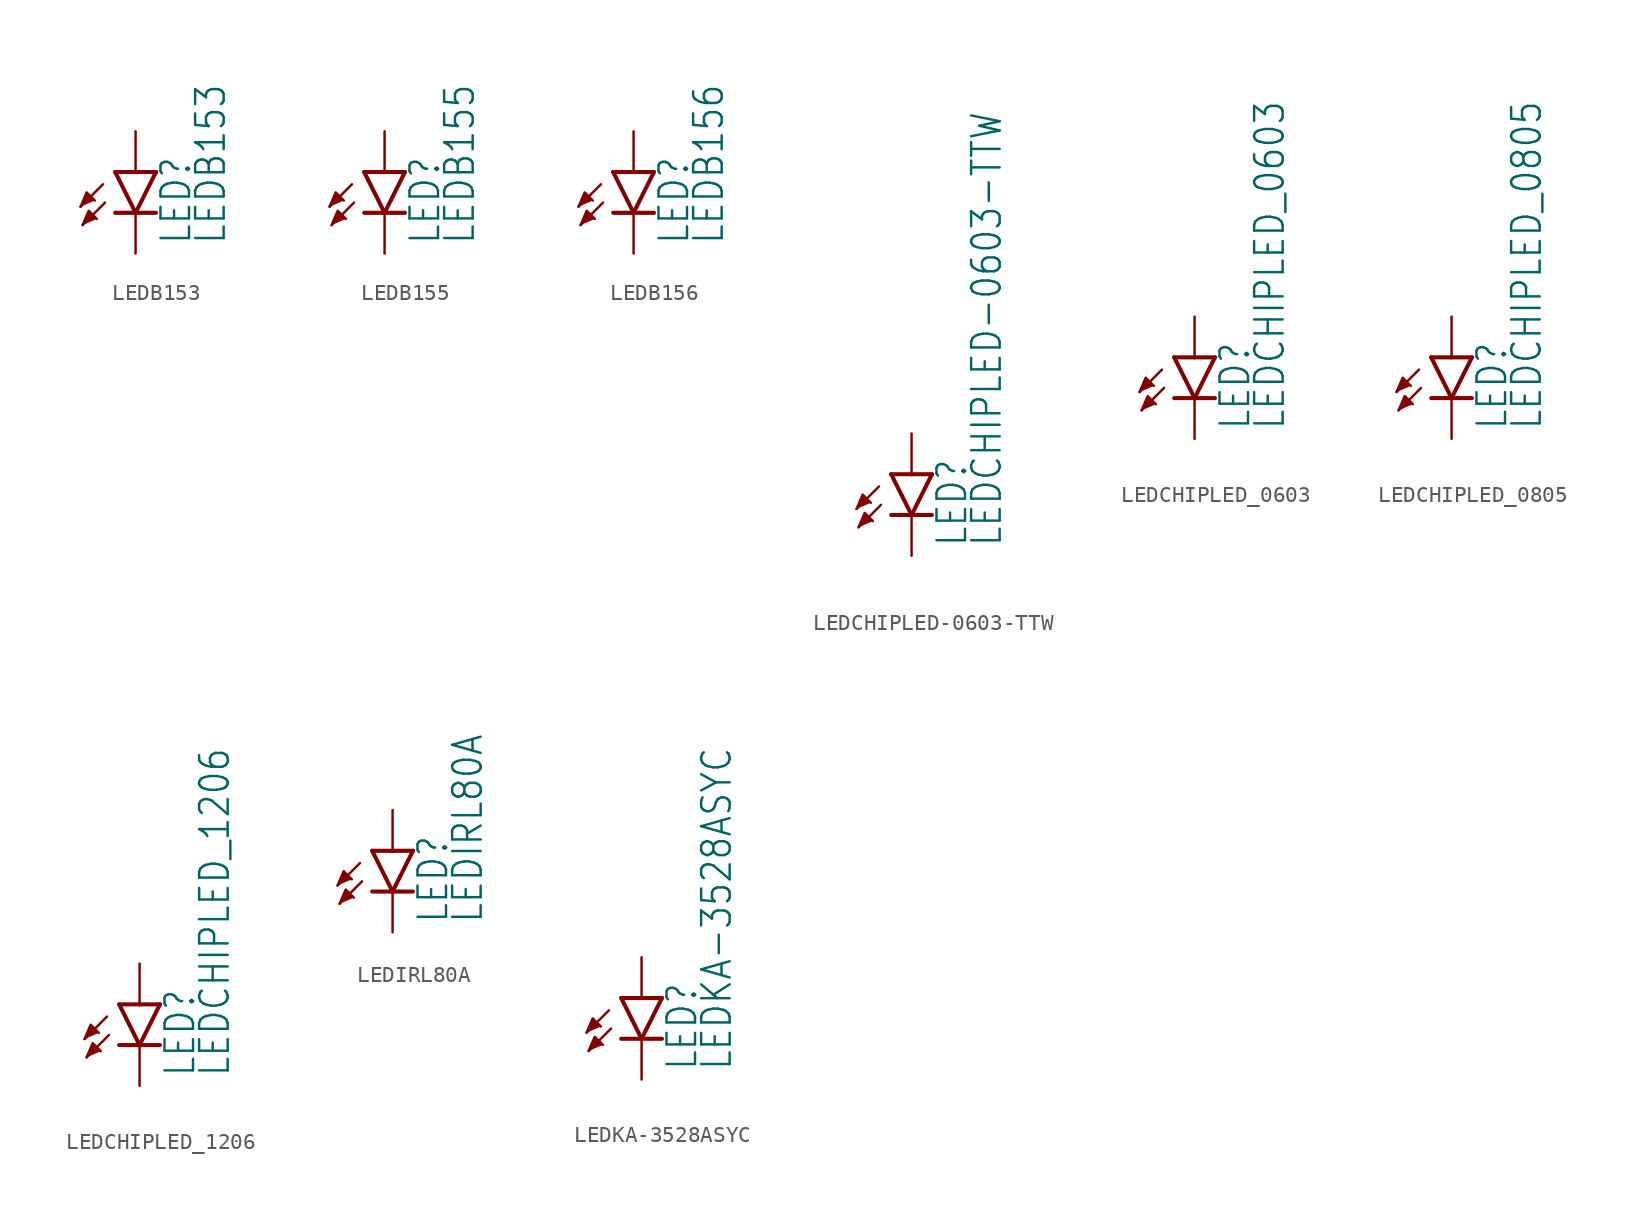
<source format=kicad_sym>
(kicad_symbol_lib
  (version 20211014)
  (generator kicad_symbol_editor)
  (symbol "LEDB153"
    (property "Reference" "LED"
      (at 3.556 -4.572 90)
      (effects (font (size 1.778 1.511)) (justify left bottom)))
    (property "Value" "LEDB153"
      (at 5.715 -4.572 90)
      (effects (font (size 1.778 1.511)) (justify left bottom)))
    (property "ki_locked" ""
      (at 0 0 0)
      (effects (font (size 1.27 1.27))))
    (symbol "LEDB153_1_0"
      (polyline (pts (xy -2.032 -0.762) (xy -3.429 -2.159)) (stroke (width 0.152) (type default) (color 0 0 0 0)) (fill (type none)))
      (polyline (pts (xy -1.905 -1.905) (xy -3.302 -3.302)) (stroke (width 0.152) (type default) (color 0 0 0 0)) (fill (type none)))
      (polyline (pts (xy 0 -2.54) (xy -1.27 -2.54)) (stroke (width 0.254) (type default) (color 0 0 0 0)) (fill (type none)))
      (polyline (pts (xy 0 -2.54) (xy -1.27 0)) (stroke (width 0.254) (type default) (color 0 0 0 0)) (fill (type none)))
      (polyline (pts (xy 0 0) (xy -1.27 0)) (stroke (width 0.254) (type default) (color 0 0 0 0)) (fill (type none)))
      (polyline (pts (xy 1.27 -2.54) (xy 0 -2.54)) (stroke (width 0.254) (type default) (color 0 0 0 0)) (fill (type none)))
      (polyline (pts (xy 1.27 0) (xy 0 -2.54)) (stroke (width 0.254) (type default) (color 0 0 0 0)) (fill (type none)))
      (polyline (pts (xy 1.27 0) (xy 0 0)) (stroke (width 0.254) (type default) (color 0 0 0 0)) (fill (type none)))
      (polyline (pts (xy -3.429 -2.159) (xy -3.048 -1.27) (xy -2.54 -1.778)) (stroke (width 0) (type default) (color 0 0 0 0)) (fill (type outline)))
      (polyline (pts (xy -3.302 -3.302) (xy -2.921 -2.413) (xy -2.413 -2.921)) (stroke (width 0) (type default) (color 0 0 0 0)) (fill (type outline)))
      (pin passive line (at 0 2.54 270) (length 2.54) (name "A" (effects (font (size 0 0)))) (number "A" (effects (font (size 0 0)))))
      (pin passive line (at 0 -5.08 90) (length 2.54) (name "C" (effects (font (size 0 0)))) (number "K" (effects (font (size 0 0)))))))
  (symbol "LEDB155"
    (property "Reference" "LED"
      (at 3.556 -4.572 90)
      (effects (font (size 1.778 1.511)) (justify left bottom)))
    (property "Value" "LEDB155"
      (at 5.715 -4.572 90)
      (effects (font (size 1.778 1.511)) (justify left bottom)))
    (property "ki_locked" ""
      (at 0 0 0)
      (effects (font (size 1.27 1.27))))
    (symbol "LEDB155_1_0"
      (polyline (pts (xy -2.032 -0.762) (xy -3.429 -2.159)) (stroke (width 0.152) (type default) (color 0 0 0 0)) (fill (type none)))
      (polyline (pts (xy -1.905 -1.905) (xy -3.302 -3.302)) (stroke (width 0.152) (type default) (color 0 0 0 0)) (fill (type none)))
      (polyline (pts (xy 0 -2.54) (xy -1.27 -2.54)) (stroke (width 0.254) (type default) (color 0 0 0 0)) (fill (type none)))
      (polyline (pts (xy 0 -2.54) (xy -1.27 0)) (stroke (width 0.254) (type default) (color 0 0 0 0)) (fill (type none)))
      (polyline (pts (xy 0 0) (xy -1.27 0)) (stroke (width 0.254) (type default) (color 0 0 0 0)) (fill (type none)))
      (polyline (pts (xy 1.27 -2.54) (xy 0 -2.54)) (stroke (width 0.254) (type default) (color 0 0 0 0)) (fill (type none)))
      (polyline (pts (xy 1.27 0) (xy 0 -2.54)) (stroke (width 0.254) (type default) (color 0 0 0 0)) (fill (type none)))
      (polyline (pts (xy 1.27 0) (xy 0 0)) (stroke (width 0.254) (type default) (color 0 0 0 0)) (fill (type none)))
      (polyline (pts (xy -3.429 -2.159) (xy -3.048 -1.27) (xy -2.54 -1.778)) (stroke (width 0) (type default) (color 0 0 0 0)) (fill (type outline)))
      (polyline (pts (xy -3.302 -3.302) (xy -2.921 -2.413) (xy -2.413 -2.921)) (stroke (width 0) (type default) (color 0 0 0 0)) (fill (type outline)))
      (pin passive line (at 0 2.54 270) (length 2.54) (name "A" (effects (font (size 0 0)))) (number "A" (effects (font (size 0 0)))))
      (pin passive line (at 0 -5.08 90) (length 2.54) (name "C" (effects (font (size 0 0)))) (number "K" (effects (font (size 0 0)))))))
  (symbol "LEDB156"
    (property "Reference" "LED"
      (at 3.556 -4.572 90)
      (effects (font (size 1.778 1.511)) (justify left bottom)))
    (property "Value" "LEDB156"
      (at 5.715 -4.572 90)
      (effects (font (size 1.778 1.511)) (justify left bottom)))
    (property "ki_locked" ""
      (at 0 0 0)
      (effects (font (size 1.27 1.27))))
    (symbol "LEDB156_1_0"
      (polyline (pts (xy -2.032 -0.762) (xy -3.429 -2.159)) (stroke (width 0.152) (type default) (color 0 0 0 0)) (fill (type none)))
      (polyline (pts (xy -1.905 -1.905) (xy -3.302 -3.302)) (stroke (width 0.152) (type default) (color 0 0 0 0)) (fill (type none)))
      (polyline (pts (xy 0 -2.54) (xy -1.27 -2.54)) (stroke (width 0.254) (type default) (color 0 0 0 0)) (fill (type none)))
      (polyline (pts (xy 0 -2.54) (xy -1.27 0)) (stroke (width 0.254) (type default) (color 0 0 0 0)) (fill (type none)))
      (polyline (pts (xy 0 0) (xy -1.27 0)) (stroke (width 0.254) (type default) (color 0 0 0 0)) (fill (type none)))
      (polyline (pts (xy 1.27 -2.54) (xy 0 -2.54)) (stroke (width 0.254) (type default) (color 0 0 0 0)) (fill (type none)))
      (polyline (pts (xy 1.27 0) (xy 0 -2.54)) (stroke (width 0.254) (type default) (color 0 0 0 0)) (fill (type none)))
      (polyline (pts (xy 1.27 0) (xy 0 0)) (stroke (width 0.254) (type default) (color 0 0 0 0)) (fill (type none)))
      (polyline (pts (xy -3.429 -2.159) (xy -3.048 -1.27) (xy -2.54 -1.778)) (stroke (width 0) (type default) (color 0 0 0 0)) (fill (type outline)))
      (polyline (pts (xy -3.302 -3.302) (xy -2.921 -2.413) (xy -2.413 -2.921)) (stroke (width 0) (type default) (color 0 0 0 0)) (fill (type outline)))
      (pin passive line (at 0 2.54 270) (length 2.54) (name "A" (effects (font (size 0 0)))) (number "A" (effects (font (size 0 0)))))
      (pin passive line (at 0 -5.08 90) (length 2.54) (name "C" (effects (font (size 0 0)))) (number "K" (effects (font (size 0 0)))))))
  (symbol "LEDCHIPLED-0603-TTW"
    (property "Reference" "LED"
      (at 3.556 -4.572 90)
      (effects (font (size 1.778 1.511)) (justify left bottom)))
    (property "Value" "LEDCHIPLED-0603-TTW"
      (at 5.715 -4.572 90)
      (effects (font (size 1.778 1.511)) (justify left bottom)))
    (property "ki_locked" ""
      (at 0 0 0)
      (effects (font (size 1.27 1.27))))
    (symbol "LEDCHIPLED-0603-TTW_1_0"
      (polyline (pts (xy -2.032 -0.762) (xy -3.429 -2.159)) (stroke (width 0.152) (type default) (color 0 0 0 0)) (fill (type none)))
      (polyline (pts (xy -1.905 -1.905) (xy -3.302 -3.302)) (stroke (width 0.152) (type default) (color 0 0 0 0)) (fill (type none)))
      (polyline (pts (xy 0 -2.54) (xy -1.27 -2.54)) (stroke (width 0.254) (type default) (color 0 0 0 0)) (fill (type none)))
      (polyline (pts (xy 0 -2.54) (xy -1.27 0)) (stroke (width 0.254) (type default) (color 0 0 0 0)) (fill (type none)))
      (polyline (pts (xy 0 0) (xy -1.27 0)) (stroke (width 0.254) (type default) (color 0 0 0 0)) (fill (type none)))
      (polyline (pts (xy 1.27 -2.54) (xy 0 -2.54)) (stroke (width 0.254) (type default) (color 0 0 0 0)) (fill (type none)))
      (polyline (pts (xy 1.27 0) (xy 0 -2.54)) (stroke (width 0.254) (type default) (color 0 0 0 0)) (fill (type none)))
      (polyline (pts (xy 1.27 0) (xy 0 0)) (stroke (width 0.254) (type default) (color 0 0 0 0)) (fill (type none)))
      (polyline (pts (xy -3.429 -2.159) (xy -3.048 -1.27) (xy -2.54 -1.778)) (stroke (width 0) (type default) (color 0 0 0 0)) (fill (type outline)))
      (polyline (pts (xy -3.302 -3.302) (xy -2.921 -2.413) (xy -2.413 -2.921)) (stroke (width 0) (type default) (color 0 0 0 0)) (fill (type outline)))
      (pin passive line (at 0 2.54 270) (length 2.54) (name "A" (effects (font (size 0 0)))) (number "A@1" (effects (font (size 0 0)))))
      (pin passive line (at 0 -5.08 90) (length 2.54) (name "C" (effects (font (size 0 0)))) (number "C@1" (effects (font (size 0 0)))))))
  (symbol "LEDCHIPLED_0603"
    (property "Reference" "LED"
      (at 3.556 -4.572 90)
      (effects (font (size 1.778 1.511)) (justify left bottom)))
    (property "Value" "LEDCHIPLED_0603"
      (at 5.715 -4.572 90)
      (effects (font (size 1.778 1.511)) (justify left bottom)))
    (property "ki_locked" ""
      (at 0 0 0)
      (effects (font (size 1.27 1.27))))
    (symbol "LEDCHIPLED_0603_1_0"
      (polyline (pts (xy -2.032 -0.762) (xy -3.429 -2.159)) (stroke (width 0.152) (type default) (color 0 0 0 0)) (fill (type none)))
      (polyline (pts (xy -1.905 -1.905) (xy -3.302 -3.302)) (stroke (width 0.152) (type default) (color 0 0 0 0)) (fill (type none)))
      (polyline (pts (xy 0 -2.54) (xy -1.27 -2.54)) (stroke (width 0.254) (type default) (color 0 0 0 0)) (fill (type none)))
      (polyline (pts (xy 0 -2.54) (xy -1.27 0)) (stroke (width 0.254) (type default) (color 0 0 0 0)) (fill (type none)))
      (polyline (pts (xy 0 0) (xy -1.27 0)) (stroke (width 0.254) (type default) (color 0 0 0 0)) (fill (type none)))
      (polyline (pts (xy 1.27 -2.54) (xy 0 -2.54)) (stroke (width 0.254) (type default) (color 0 0 0 0)) (fill (type none)))
      (polyline (pts (xy 1.27 0) (xy 0 -2.54)) (stroke (width 0.254) (type default) (color 0 0 0 0)) (fill (type none)))
      (polyline (pts (xy 1.27 0) (xy 0 0)) (stroke (width 0.254) (type default) (color 0 0 0 0)) (fill (type none)))
      (polyline (pts (xy -3.429 -2.159) (xy -3.048 -1.27) (xy -2.54 -1.778)) (stroke (width 0) (type default) (color 0 0 0 0)) (fill (type outline)))
      (polyline (pts (xy -3.302 -3.302) (xy -2.921 -2.413) (xy -2.413 -2.921)) (stroke (width 0) (type default) (color 0 0 0 0)) (fill (type outline)))
      (pin passive line (at 0 2.54 270) (length 2.54) (name "A" (effects (font (size 0 0)))) (number "A" (effects (font (size 0 0)))))
      (pin passive line (at 0 -5.08 90) (length 2.54) (name "C" (effects (font (size 0 0)))) (number "C" (effects (font (size 0 0)))))))
  (symbol "LEDCHIPLED_0805"
    (property "Reference" "LED"
      (at 3.556 -4.572 90)
      (effects (font (size 1.778 1.511)) (justify left bottom)))
    (property "Value" "LEDCHIPLED_0805"
      (at 5.715 -4.572 90)
      (effects (font (size 1.778 1.511)) (justify left bottom)))
    (property "ki_locked" ""
      (at 0 0 0)
      (effects (font (size 1.27 1.27))))
    (symbol "LEDCHIPLED_0805_1_0"
      (polyline (pts (xy -2.032 -0.762) (xy -3.429 -2.159)) (stroke (width 0.152) (type default) (color 0 0 0 0)) (fill (type none)))
      (polyline (pts (xy -1.905 -1.905) (xy -3.302 -3.302)) (stroke (width 0.152) (type default) (color 0 0 0 0)) (fill (type none)))
      (polyline (pts (xy 0 -2.54) (xy -1.27 -2.54)) (stroke (width 0.254) (type default) (color 0 0 0 0)) (fill (type none)))
      (polyline (pts (xy 0 -2.54) (xy -1.27 0)) (stroke (width 0.254) (type default) (color 0 0 0 0)) (fill (type none)))
      (polyline (pts (xy 0 0) (xy -1.27 0)) (stroke (width 0.254) (type default) (color 0 0 0 0)) (fill (type none)))
      (polyline (pts (xy 1.27 -2.54) (xy 0 -2.54)) (stroke (width 0.254) (type default) (color 0 0 0 0)) (fill (type none)))
      (polyline (pts (xy 1.27 0) (xy 0 -2.54)) (stroke (width 0.254) (type default) (color 0 0 0 0)) (fill (type none)))
      (polyline (pts (xy 1.27 0) (xy 0 0)) (stroke (width 0.254) (type default) (color 0 0 0 0)) (fill (type none)))
      (polyline (pts (xy -3.429 -2.159) (xy -3.048 -1.27) (xy -2.54 -1.778)) (stroke (width 0) (type default) (color 0 0 0 0)) (fill (type outline)))
      (polyline (pts (xy -3.302 -3.302) (xy -2.921 -2.413) (xy -2.413 -2.921)) (stroke (width 0) (type default) (color 0 0 0 0)) (fill (type outline)))
      (pin passive line (at 0 2.54 270) (length 2.54) (name "A" (effects (font (size 0 0)))) (number "A" (effects (font (size 0 0)))))
      (pin passive line (at 0 -5.08 90) (length 2.54) (name "C" (effects (font (size 0 0)))) (number "C" (effects (font (size 0 0)))))))
  (symbol "LEDCHIPLED_1206"
    (property "Reference" "LED"
      (at 3.556 -4.572 90)
      (effects (font (size 1.778 1.511)) (justify left bottom)))
    (property "Value" "LEDCHIPLED_1206"
      (at 5.715 -4.572 90)
      (effects (font (size 1.778 1.511)) (justify left bottom)))
    (property "ki_locked" ""
      (at 0 0 0)
      (effects (font (size 1.27 1.27))))
    (symbol "LEDCHIPLED_1206_1_0"
      (polyline (pts (xy -2.032 -0.762) (xy -3.429 -2.159)) (stroke (width 0.152) (type default) (color 0 0 0 0)) (fill (type none)))
      (polyline (pts (xy -1.905 -1.905) (xy -3.302 -3.302)) (stroke (width 0.152) (type default) (color 0 0 0 0)) (fill (type none)))
      (polyline (pts (xy 0 -2.54) (xy -1.27 -2.54)) (stroke (width 0.254) (type default) (color 0 0 0 0)) (fill (type none)))
      (polyline (pts (xy 0 -2.54) (xy -1.27 0)) (stroke (width 0.254) (type default) (color 0 0 0 0)) (fill (type none)))
      (polyline (pts (xy 0 0) (xy -1.27 0)) (stroke (width 0.254) (type default) (color 0 0 0 0)) (fill (type none)))
      (polyline (pts (xy 1.27 -2.54) (xy 0 -2.54)) (stroke (width 0.254) (type default) (color 0 0 0 0)) (fill (type none)))
      (polyline (pts (xy 1.27 0) (xy 0 -2.54)) (stroke (width 0.254) (type default) (color 0 0 0 0)) (fill (type none)))
      (polyline (pts (xy 1.27 0) (xy 0 0)) (stroke (width 0.254) (type default) (color 0 0 0 0)) (fill (type none)))
      (polyline (pts (xy -3.429 -2.159) (xy -3.048 -1.27) (xy -2.54 -1.778)) (stroke (width 0) (type default) (color 0 0 0 0)) (fill (type outline)))
      (polyline (pts (xy -3.302 -3.302) (xy -2.921 -2.413) (xy -2.413 -2.921)) (stroke (width 0) (type default) (color 0 0 0 0)) (fill (type outline)))
      (pin passive line (at 0 2.54 270) (length 2.54) (name "A" (effects (font (size 0 0)))) (number "A" (effects (font (size 0 0)))))
      (pin passive line (at 0 -5.08 90) (length 2.54) (name "C" (effects (font (size 0 0)))) (number "C" (effects (font (size 0 0)))))))
  (symbol "LEDIRL80A"
    (property "Reference" "LED"
      (at 3.556 -4.572 90)
      (effects (font (size 1.778 1.511)) (justify left bottom)))
    (property "Value" "LEDIRL80A"
      (at 5.715 -4.572 90)
      (effects (font (size 1.778 1.511)) (justify left bottom)))
    (property "ki_locked" ""
      (at 0 0 0)
      (effects (font (size 1.27 1.27))))
    (symbol "LEDIRL80A_1_0"
      (polyline (pts (xy -2.032 -0.762) (xy -3.429 -2.159)) (stroke (width 0.152) (type default) (color 0 0 0 0)) (fill (type none)))
      (polyline (pts (xy -1.905 -1.905) (xy -3.302 -3.302)) (stroke (width 0.152) (type default) (color 0 0 0 0)) (fill (type none)))
      (polyline (pts (xy 0 -2.54) (xy -1.27 -2.54)) (stroke (width 0.254) (type default) (color 0 0 0 0)) (fill (type none)))
      (polyline (pts (xy 0 -2.54) (xy -1.27 0)) (stroke (width 0.254) (type default) (color 0 0 0 0)) (fill (type none)))
      (polyline (pts (xy 0 0) (xy -1.27 0)) (stroke (width 0.254) (type default) (color 0 0 0 0)) (fill (type none)))
      (polyline (pts (xy 1.27 -2.54) (xy 0 -2.54)) (stroke (width 0.254) (type default) (color 0 0 0 0)) (fill (type none)))
      (polyline (pts (xy 1.27 0) (xy 0 -2.54)) (stroke (width 0.254) (type default) (color 0 0 0 0)) (fill (type none)))
      (polyline (pts (xy 1.27 0) (xy 0 0)) (stroke (width 0.254) (type default) (color 0 0 0 0)) (fill (type none)))
      (polyline (pts (xy -3.429 -2.159) (xy -3.048 -1.27) (xy -2.54 -1.778)) (stroke (width 0) (type default) (color 0 0 0 0)) (fill (type outline)))
      (polyline (pts (xy -3.302 -3.302) (xy -2.921 -2.413) (xy -2.413 -2.921)) (stroke (width 0) (type default) (color 0 0 0 0)) (fill (type outline)))
      (pin passive line (at 0 2.54 270) (length 2.54) (name "A" (effects (font (size 0 0)))) (number "A" (effects (font (size 0 0)))))
      (pin passive line (at 0 -5.08 90) (length 2.54) (name "C" (effects (font (size 0 0)))) (number "K" (effects (font (size 0 0)))))))
  (symbol "LEDKA-3528ASYC"
    (property "Reference" "LED"
      (at 3.556 -4.572 90)
      (effects (font (size 1.778 1.511)) (justify left bottom)))
    (property "Value" "LEDKA-3528ASYC"
      (at 5.715 -4.572 90)
      (effects (font (size 1.778 1.511)) (justify left bottom)))
    (property "ki_locked" ""
      (at 0 0 0)
      (effects (font (size 1.27 1.27))))
    (symbol "LEDKA-3528ASYC_1_0"
      (polyline (pts (xy -2.032 -0.762) (xy -3.429 -2.159)) (stroke (width 0.152) (type default) (color 0 0 0 0)) (fill (type none)))
      (polyline (pts (xy -1.905 -1.905) (xy -3.302 -3.302)) (stroke (width 0.152) (type default) (color 0 0 0 0)) (fill (type none)))
      (polyline (pts (xy 0 -2.54) (xy -1.27 -2.54)) (stroke (width 0.254) (type default) (color 0 0 0 0)) (fill (type none)))
      (polyline (pts (xy 0 -2.54) (xy -1.27 0)) (stroke (width 0.254) (type default) (color 0 0 0 0)) (fill (type none)))
      (polyline (pts (xy 0 0) (xy -1.27 0)) (stroke (width 0.254) (type default) (color 0 0 0 0)) (fill (type none)))
      (polyline (pts (xy 1.27 -2.54) (xy 0 -2.54)) (stroke (width 0.254) (type default) (color 0 0 0 0)) (fill (type none)))
      (polyline (pts (xy 1.27 0) (xy 0 -2.54)) (stroke (width 0.254) (type default) (color 0 0 0 0)) (fill (type none)))
      (polyline (pts (xy 1.27 0) (xy 0 0)) (stroke (width 0.254) (type default) (color 0 0 0 0)) (fill (type none)))
      (polyline (pts (xy -3.429 -2.159) (xy -3.048 -1.27) (xy -2.54 -1.778)) (stroke (width 0) (type default) (color 0 0 0 0)) (fill (type outline)))
      (polyline (pts (xy -3.302 -3.302) (xy -2.921 -2.413) (xy -2.413 -2.921)) (stroke (width 0) (type default) (color 0 0 0 0)) (fill (type outline)))
      (pin passive line (at 0 2.54 270) (length 2.54) (name "A" (effects (font (size 0 0)))) (number "A" (effects (font (size 0 0)))))
      (pin passive line (at 0 -5.08 90) (length 2.54) (name "C" (effects (font (size 0 0)))) (number "C" (effects (font (size 0 0))))))))
</source>
